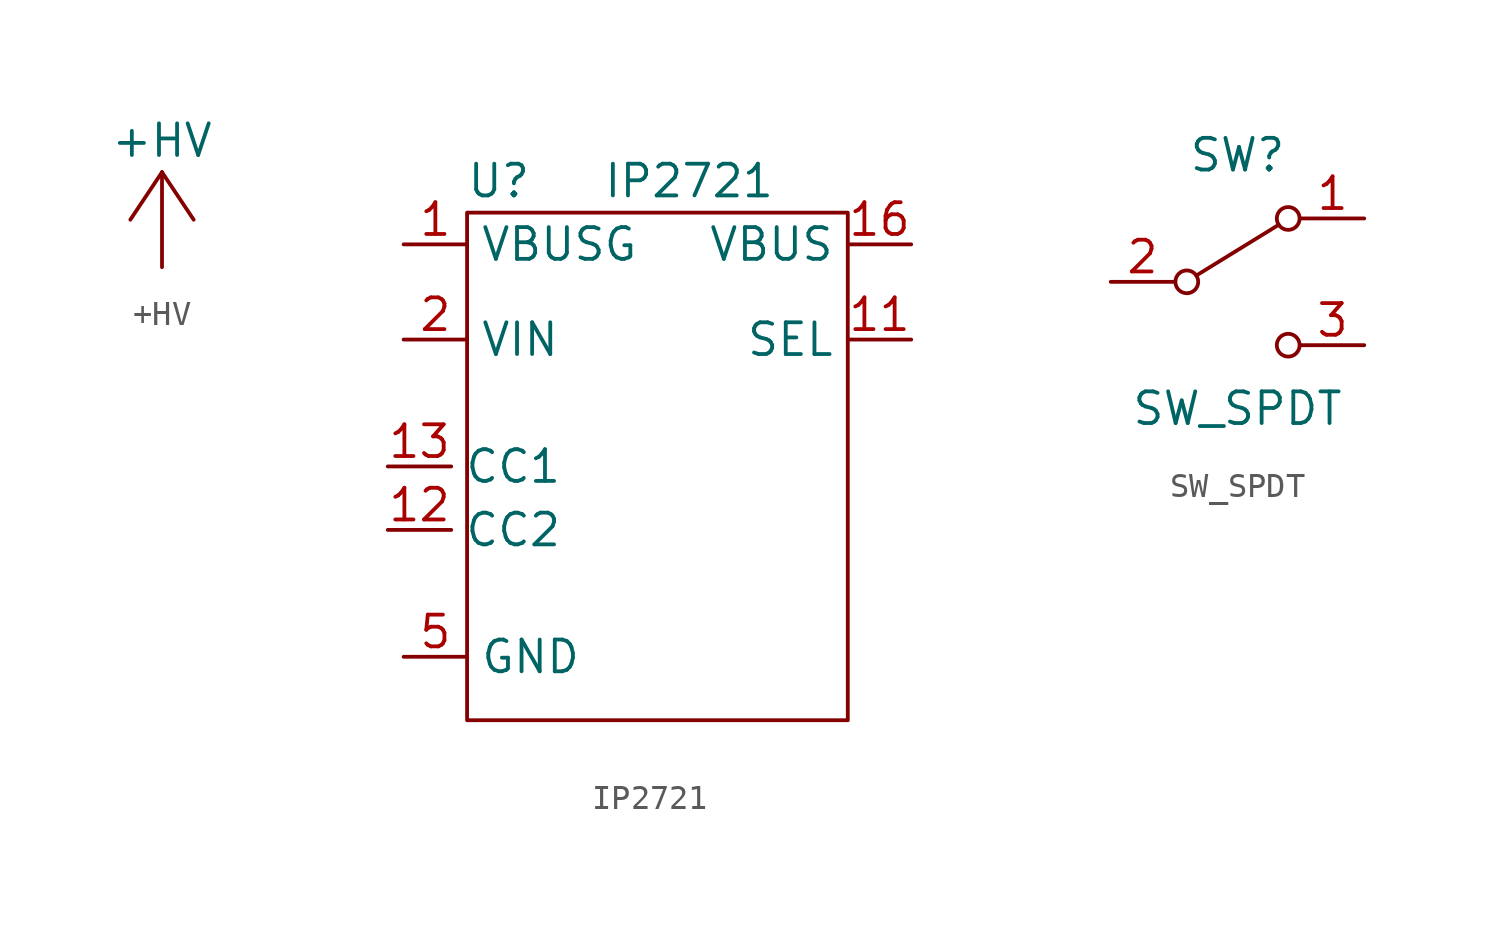
<source format=kicad_sym>
(kicad_symbol_lib
  (version 20211014)
  (generator kicad_symbol_editor)
  (symbol "+HV"
    (power)
    (property "Reference" "#PWR"
      (at -6.35 3.81 0)
      (effects (font (size 1.27 1.27)) hide))
    (property "Value" "+HV"
      (at 0 5.08 0)
      (effects (font (size 1.27 1.27))))
    (symbol "+HV_0_1"
      (polyline (pts (xy 0 0) (xy 0 3.81)) (stroke (width 0) (type default) (color 0 0 0 0)) (fill (type none)))
      (polyline (pts (xy 0 3.81) (xy -1.27 1.905)) (stroke (width 0) (type default) (color 0 0 0 0)) (fill (type none)))
      (polyline (pts (xy 0 3.81) (xy 1.27 1.905)) (stroke (width 0) (type default) (color 0 0 0 0)) (fill (type none))))
    (symbol "+HV_1_1"
      (pin power_in line (at 0 0 90) (length 2.54) hide (name "+HV" (effects (font (size 1.27 1.27)))) (number "1" (effects (font (size 1.27 1.27)))))))
  (symbol "IP2721"
    (property "Reference" "U"
      (at -7.62 2.54 0)
      (effects (font (size 1.27 1.27))))
    (property "Value" "IP2721"
      (at 0 2.54 0)
      (effects (font (size 1.27 1.27))))
    (symbol "IP2721_0_0"
      (pin unspecified line (at -11.43 0 0) (length 2.54) (name "VBUSG" (effects (font (size 1.27 1.27)))) (number "1" (effects (font (size 1.27 1.27)))))
      (pin unspecified line (at 8.89 -3.81 180) (length 2.54) (name "SEL" (effects (font (size 1.27 1.27)))) (number "11" (effects (font (size 1.27 1.27)))))
      (pin unspecified line (at -12.065 -11.43 0) (length 2.54) (name "CC2" (effects (font (size 1.27 1.27)))) (number "12" (effects (font (size 1.27 1.27)))))
      (pin unspecified line (at -12.065 -8.89 0) (length 2.54) (name "CC1" (effects (font (size 1.27 1.27)))) (number "13" (effects (font (size 1.27 1.27)))))
      (pin unspecified line (at 8.89 0 180) (length 2.54) (name "VBUS" (effects (font (size 1.27 1.27)))) (number "16" (effects (font (size 1.27 1.27)))))
      (pin unspecified line (at -11.43 -3.81 0) (length 2.54) (name "VIN" (effects (font (size 1.27 1.27)))) (number "2" (effects (font (size 1.27 1.27)))))
      (pin unspecified line (at -11.43 -16.51 0) (length 2.54) (name "GND" (effects (font (size 1.27 1.27)))) (number "5" (effects (font (size 1.27 1.27))))))
    (symbol "IP2721_0_1"
      (rectangle (start -8.89 1.27) (end 6.35 -19.05) (stroke (width 0) (type default) (color 0 0 0 0)) (fill (type none)))))
  (symbol "SW_SPDT"
    (pin_names
      (offset 0) hide)
    (property "Reference" "SW"
      (at 0 5.08 0)
      (effects (font (size 1.27 1.27))))
    (property "Value" "SW_SPDT"
      (at 0 -5.08 0)
      (effects (font (size 1.27 1.27))))
    (symbol "SW_SPDT_0_1"
      (circle (center -2.032 0) (radius 0.457) (stroke (width 0) (type default) (color 0 0 0 0)) (fill (type none)))
      (polyline (pts (xy -1.651 0.254) (xy 1.651 2.286)) (stroke (width 0) (type default) (color 0 0 0 0)) (fill (type none)))
      (circle (center 2.032 -2.54) (radius 0.457) (stroke (width 0) (type default) (color 0 0 0 0)) (fill (type none)))
      (circle (center 2.032 2.54) (radius 0.457) (stroke (width 0) (type default) (color 0 0 0 0)) (fill (type none))))
    (symbol "SW_SPDT_1_1"
      (pin passive line (at 5.08 2.54 180) (length 2.54) (name "1" (effects (font (size 1.27 1.27)))) (number "1" (effects (font (size 1.27 1.27)))))
      (pin passive line (at -5.08 0 0) (length 2.54) (name "2" (effects (font (size 1.27 1.27)))) (number "2" (effects (font (size 1.27 1.27)))))
      (pin passive line (at 5.08 -2.54 180) (length 2.54) (name "3" (effects (font (size 1.27 1.27)))) (number "3" (effects (font (size 1.27 1.27))))))))
</source>
